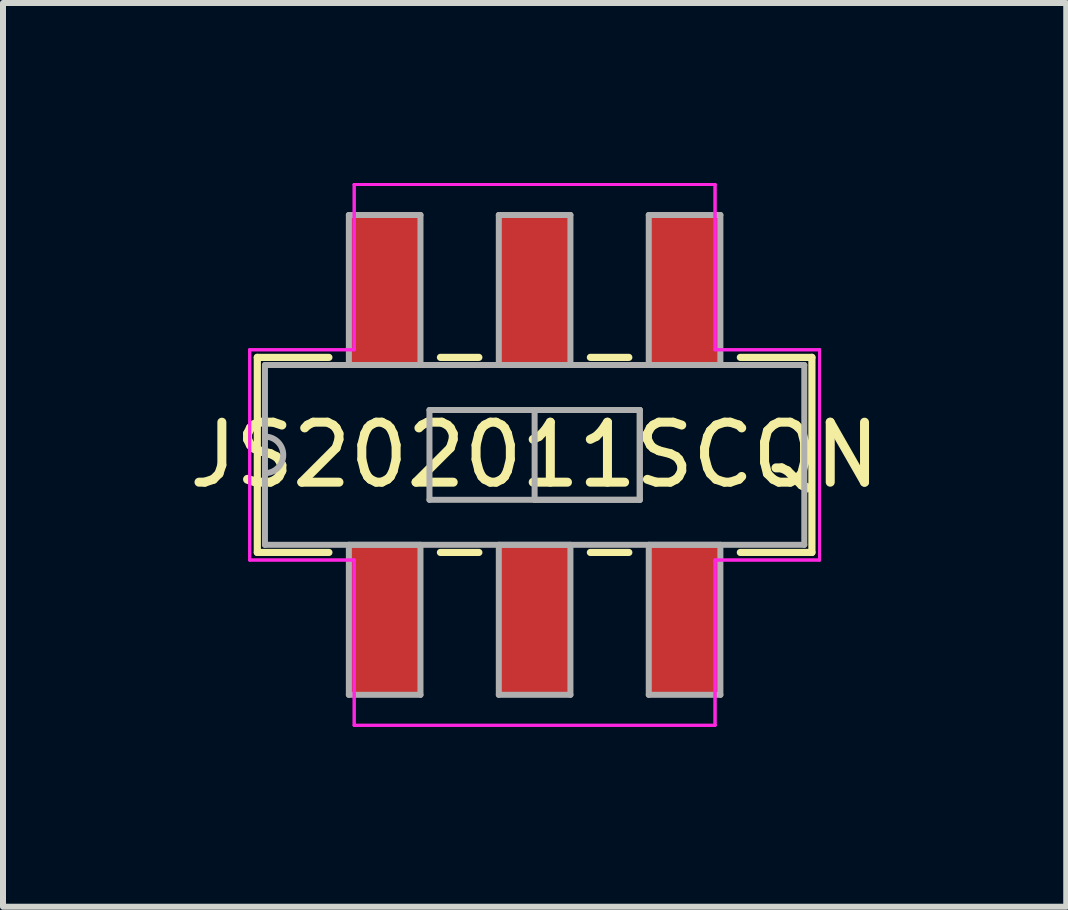
<source format=kicad_pcb>
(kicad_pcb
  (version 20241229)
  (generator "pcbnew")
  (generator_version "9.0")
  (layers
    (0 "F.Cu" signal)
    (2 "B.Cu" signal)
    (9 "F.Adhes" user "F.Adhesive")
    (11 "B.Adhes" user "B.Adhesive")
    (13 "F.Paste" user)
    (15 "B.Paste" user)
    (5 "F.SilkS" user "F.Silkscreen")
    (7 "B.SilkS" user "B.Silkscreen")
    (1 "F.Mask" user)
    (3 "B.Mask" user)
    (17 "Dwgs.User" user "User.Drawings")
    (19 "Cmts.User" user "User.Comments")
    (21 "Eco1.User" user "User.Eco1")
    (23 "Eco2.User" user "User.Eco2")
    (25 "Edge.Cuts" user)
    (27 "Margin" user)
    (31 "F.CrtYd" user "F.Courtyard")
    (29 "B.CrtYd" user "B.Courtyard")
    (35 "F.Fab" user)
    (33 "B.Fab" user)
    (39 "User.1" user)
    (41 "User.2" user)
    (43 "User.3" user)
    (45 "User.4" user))
  (footprint "JS202011SCQN"
    (layer "F.Cu")
    (at 5.863 4.534)
    (property "Reference" "JS202011SCQN" (at 0 0 0) (layer "F.SilkS") (effects (font (size 1 1) (thickness 0.15))))
    (attr smd)
    (fp_line (start -4.623 -1.626) (end -4.623 1.626) (stroke (width 0.12) (type solid)) (layer "F.SilkS"))
    (fp_line (start -4.623 1.626) (end -3.43 1.626) (stroke (width 0.12) (type solid)) (layer "F.SilkS"))
    (fp_line (start -3.43 -1.626) (end -4.623 -1.626) (stroke (width 0.12) (type solid)) (layer "F.SilkS"))
    (fp_line (start -1.57 1.626) (end -0.93 1.626) (stroke (width 0.12) (type solid)) (layer "F.SilkS"))
    (fp_line (start -0.93 -1.626) (end -1.57 -1.626) (stroke (width 0.12) (type solid)) (layer "F.SilkS"))
    (fp_line (start 0.93 1.626) (end 1.57 1.626) (stroke (width 0.12) (type solid)) (layer "F.SilkS"))
    (fp_line (start 1.57 -1.626) (end 0.93 -1.626) (stroke (width 0.12) (type solid)) (layer "F.SilkS"))
    (fp_line (start 3.43 1.626) (end 4.623 1.626) (stroke (width 0.12) (type solid)) (layer "F.SilkS"))
    (fp_line (start 4.623 -1.626) (end 3.43 -1.626) (stroke (width 0.12) (type solid)) (layer "F.SilkS"))
    (fp_line (start 4.623 1.626) (end 4.623 -1.626) (stroke (width 0.12) (type solid)) (layer "F.SilkS"))
    (fp_line (start -4.75 -1.753) (end -3.008 -1.753) (stroke (width 0.05) (type solid)) (layer "F.CrtYd"))
    (fp_line (start -4.75 -1.753) (end -3.008 -1.753) (stroke (width 0.05) (type solid)) (layer "F.CrtYd"))
    (fp_line (start -4.75 1.753) (end -4.75 -1.753) (stroke (width 0.05) (type solid)) (layer "F.CrtYd"))
    (fp_line (start -4.75 1.753) (end -4.75 -1.753) (stroke (width 0.05) (type solid)) (layer "F.CrtYd"))
    (fp_line (start -3.008 -4.508) (end 3.008 -4.508) (stroke (width 0.05) (type solid)) (layer "F.CrtYd"))
    (fp_line (start -3.008 -4.508) (end 3.008 -4.508) (stroke (width 0.05) (type solid)) (layer "F.CrtYd"))
    (fp_line (start -3.008 -1.753) (end -3.008 -4.508) (stroke (width 0.05) (type solid)) (layer "F.CrtYd"))
    (fp_line (start -3.008 -1.753) (end -3.008 -4.508) (stroke (width 0.05) (type solid)) (layer "F.CrtYd"))
    (fp_line (start -3.008 1.753) (end -4.75 1.753) (stroke (width 0.05) (type solid)) (layer "F.CrtYd"))
    (fp_line (start -3.008 1.753) (end -4.75 1.753) (stroke (width 0.05) (type solid)) (layer "F.CrtYd"))
    (fp_line (start -3.008 4.508) (end -3.008 1.753) (stroke (width 0.05) (type solid)) (layer "F.CrtYd"))
    (fp_line (start -3.008 4.508) (end -3.008 1.753) (stroke (width 0.05) (type solid)) (layer "F.CrtYd"))
    (fp_line (start 3.008 -4.508) (end 3.008 -1.753) (stroke (width 0.05) (type solid)) (layer "F.CrtYd"))
    (fp_line (start 3.008 -4.508) (end 3.008 -1.753) (stroke (width 0.05) (type solid)) (layer "F.CrtYd"))
    (fp_line (start 3.008 -1.753) (end 4.75 -1.753) (stroke (width 0.05) (type solid)) (layer "F.CrtYd"))
    (fp_line (start 3.008 -1.753) (end 4.75 -1.753) (stroke (width 0.05) (type solid)) (layer "F.CrtYd"))
    (fp_line (start 3.008 1.753) (end 3.008 4.508) (stroke (width 0.05) (type solid)) (layer "F.CrtYd"))
    (fp_line (start 3.008 1.753) (end 3.008 4.508) (stroke (width 0.05) (type solid)) (layer "F.CrtYd"))
    (fp_line (start 3.008 4.508) (end -3.008 4.508) (stroke (width 0.05) (type solid)) (layer "F.CrtYd"))
    (fp_line (start 3.008 4.508) (end -3.008 4.508) (stroke (width 0.05) (type solid)) (layer "F.CrtYd"))
    (fp_line (start 4.75 -1.753) (end 4.75 1.753) (stroke (width 0.05) (type solid)) (layer "F.CrtYd"))
    (fp_line (start 4.75 -1.753) (end 4.75 1.753) (stroke (width 0.05) (type solid)) (layer "F.CrtYd"))
    (fp_line (start 4.75 1.753) (end 3.008 1.753) (stroke (width 0.05) (type solid)) (layer "F.CrtYd"))
    (fp_line (start 4.75 1.753) (end 3.008 1.753) (stroke (width 0.05) (type solid)) (layer "F.CrtYd"))
    (fp_line (start -4.496 -1.499) (end -4.496 1.499) (stroke (width 0.1) (type solid)) (layer "F.Fab"))
    (fp_line (start -4.496 1.499) (end 4.496 1.499) (stroke (width 0.1) (type solid)) (layer "F.Fab"))
    (fp_line (start -3.097 -4) (end -3.097 -1.499) (stroke (width 0.1) (type solid)) (layer "F.Fab"))
    (fp_line (start -3.097 -1.499) (end -1.903 -1.499) (stroke (width 0.1) (type solid)) (layer "F.Fab"))
    (fp_line (start -3.097 1.499) (end -3.097 4) (stroke (width 0.1) (type solid)) (layer "F.Fab"))
    (fp_line (start -3.097 4) (end -1.903 4) (stroke (width 0.1) (type solid)) (layer "F.Fab"))
    (fp_line (start -1.903 -4) (end -3.097 -4) (stroke (width 0.1) (type solid)) (layer "F.Fab"))
    (fp_line (start -1.903 -1.499) (end -1.903 -4) (stroke (width 0.1) (type solid)) (layer "F.Fab"))
    (fp_line (start -1.903 1.499) (end -3.097 1.499) (stroke (width 0.1) (type solid)) (layer "F.Fab"))
    (fp_line (start -1.903 4) (end -1.903 1.499) (stroke (width 0.1) (type solid)) (layer "F.Fab"))
    (fp_line (start -1.753 -0.749) (end 1.753 -0.749) (stroke (width 0.1) (type solid)) (layer "F.Fab"))
    (fp_line (start -1.753 0.749) (end -1.753 -0.749) (stroke (width 0.1) (type solid)) (layer "F.Fab"))
    (fp_line (start -0.597 -4) (end -0.597 -1.499) (stroke (width 0.1) (type solid)) (layer "F.Fab"))
    (fp_line (start -0.597 -1.499) (end 0.597 -1.499) (stroke (width 0.1) (type solid)) (layer "F.Fab"))
    (fp_line (start -0.597 1.499) (end -0.597 4) (stroke (width 0.1) (type solid)) (layer "F.Fab"))
    (fp_line (start -0.597 4) (end 0.597 4) (stroke (width 0.1) (type solid)) (layer "F.Fab"))
    (fp_line (start 0 -0.749) (end 1.753 -0.749) (stroke (width 0.1) (type solid)) (layer "F.Fab"))
    (fp_line (start 0 0.749) (end 0 -0.749) (stroke (width 0.1) (type solid)) (layer "F.Fab"))
    (fp_line (start 0.597 -4) (end -0.597 -4) (stroke (width 0.1) (type solid)) (layer "F.Fab"))
    (fp_line (start 0.597 -1.499) (end 0.597 -4) (stroke (width 0.1) (type solid)) (layer "F.Fab"))
    (fp_line (start 0.597 1.499) (end -0.597 1.499) (stroke (width 0.1) (type solid)) (layer "F.Fab"))
    (fp_line (start 0.597 4) (end 0.597 1.499) (stroke (width 0.1) (type solid)) (layer "F.Fab"))
    (fp_line (start 1.753 -0.749) (end 1.753 0.749) (stroke (width 0.1) (type solid)) (layer "F.Fab"))
    (fp_line (start 1.753 -0.749) (end 1.753 0.749) (stroke (width 0.1) (type solid)) (layer "F.Fab"))
    (fp_line (start 1.753 0.749) (end -1.753 0.749) (stroke (width 0.1) (type solid)) (layer "F.Fab"))
    (fp_line (start 1.753 0.749) (end 0 0.749) (stroke (width 0.1) (type solid)) (layer "F.Fab"))
    (fp_line (start 1.903 -4) (end 1.903 -1.499) (stroke (width 0.1) (type solid)) (layer "F.Fab"))
    (fp_line (start 1.903 -1.499) (end 3.097 -1.499) (stroke (width 0.1) (type solid)) (layer "F.Fab"))
    (fp_line (start 1.903 1.499) (end 1.903 4) (stroke (width 0.1) (type solid)) (layer "F.Fab"))
    (fp_line (start 1.903 4) (end 3.097 4) (stroke (width 0.1) (type solid)) (layer "F.Fab"))
    (fp_line (start 3.097 -4) (end 1.903 -4) (stroke (width 0.1) (type solid)) (layer "F.Fab"))
    (fp_line (start 3.097 -1.499) (end 3.097 -4) (stroke (width 0.1) (type solid)) (layer "F.Fab"))
    (fp_line (start 3.097 1.499) (end 1.903 1.499) (stroke (width 0.1) (type solid)) (layer "F.Fab"))
    (fp_line (start 3.097 4) (end 3.097 1.499) (stroke (width 0.1) (type solid)) (layer "F.Fab"))
    (fp_line (start 4.496 -1.499) (end -4.496 -1.499) (stroke (width 0.1) (type solid)) (layer "F.Fab"))
    (fp_line (start 4.496 1.499) (end 4.496 -1.499) (stroke (width 0.1) (type solid)) (layer "F.Fab"))
    (fp_arc (start -4.4958 -0.3048) (mid -4.191 0) (end -4.4958 0.3048) (stroke (width 0.1) (type solid)) (layer "F.Fab"))
    (pad "1" smd rect (at -2.5 2.756 90) (size 2.489 1.194) (layers "F.Cu" "F.Mask" "F.Paste"))
    (pad "2" smd rect (at 0 2.756 90) (size 2.489 1.194) (layers "F.Cu" "F.Mask" "F.Paste"))
    (pad "3" smd rect (at 2.5 2.756 90) (size 2.489 1.194) (layers "F.Cu" "F.Mask" "F.Paste"))
    (pad "4" smd rect (at -2.5 -2.756 90) (size 2.489 1.194) (layers "F.Cu" "F.Mask" "F.Paste"))
    (pad "5" smd rect (at 0 -2.756 90) (size 2.489 1.194) (layers "F.Cu" "F.Mask" "F.Paste"))
    (pad "6" smd rect (at 2.5 -2.756 90) (size 2.489 1.194) (layers "F.Cu" "F.Mask" "F.Paste")))
  (gr_rect
    (start -3 -3)
    (end 14.726 12.067)
    (stroke (width 0.1) (type default))
    (fill no)
    (layer "Edge.Cuts")))
</source>
